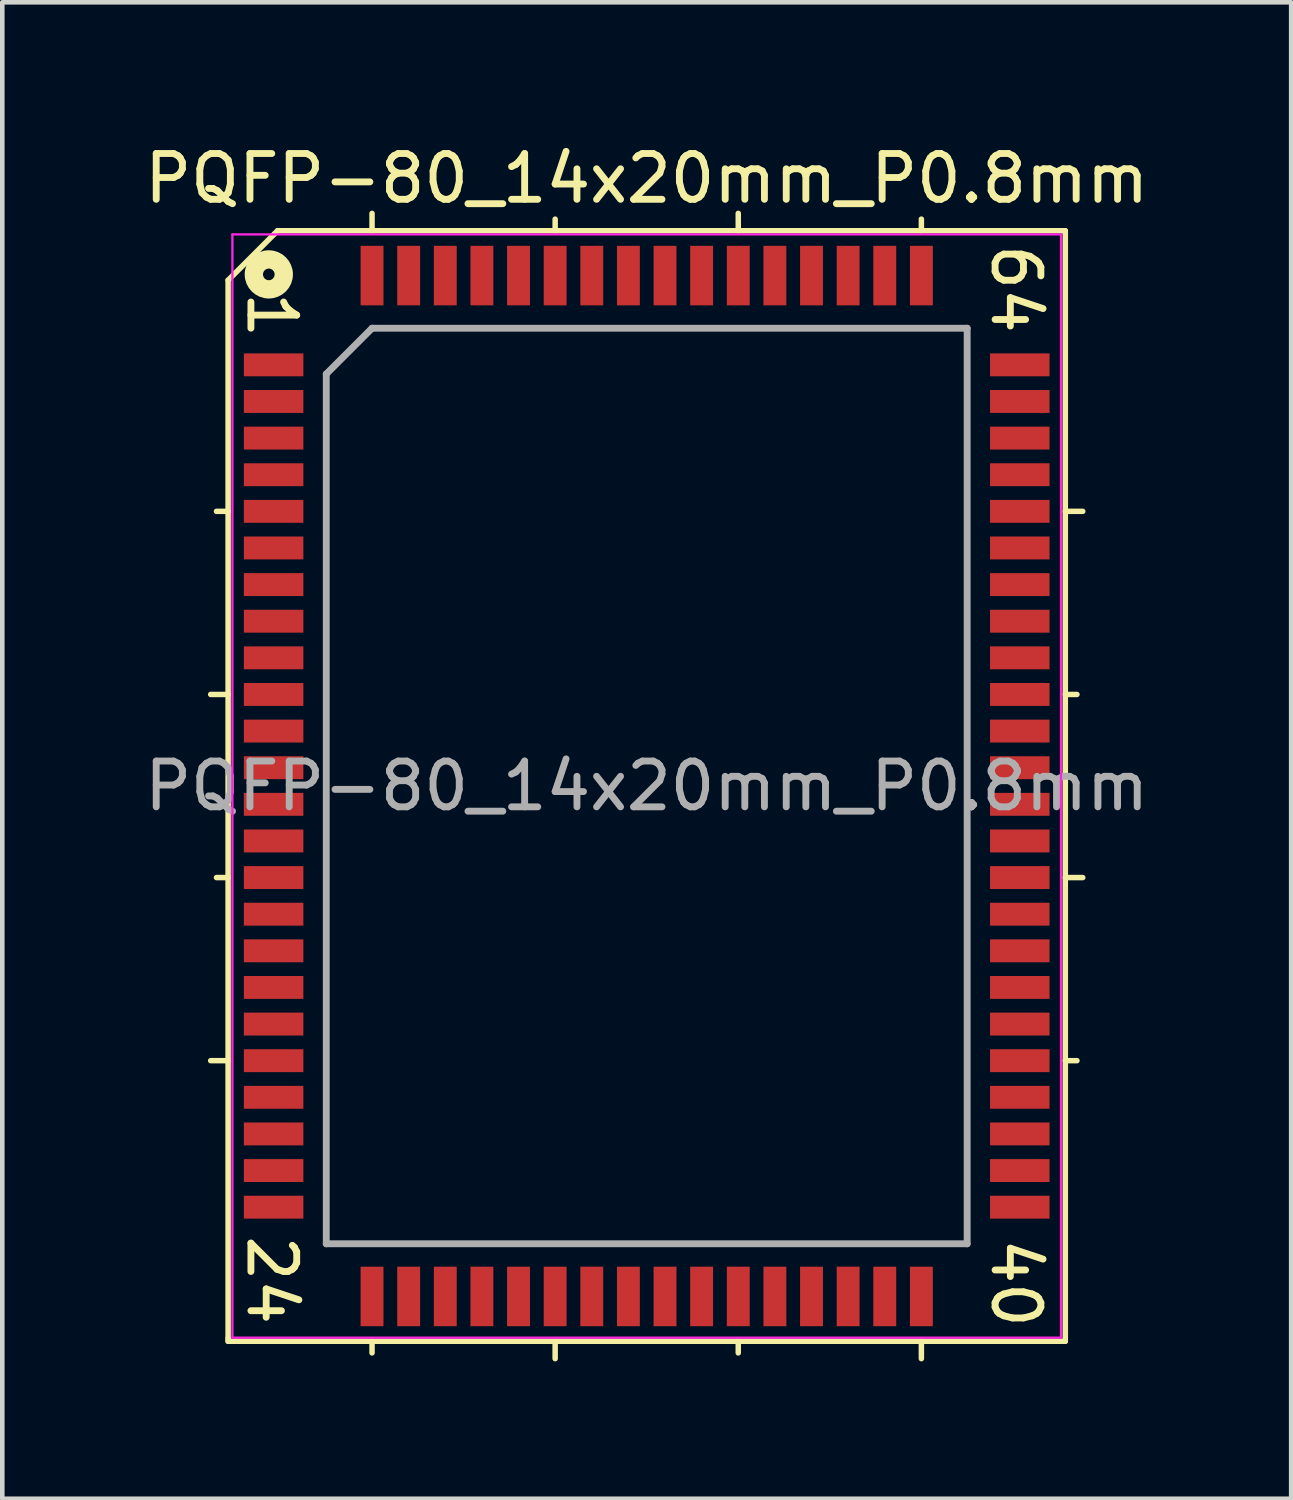
<source format=kicad_pcb>
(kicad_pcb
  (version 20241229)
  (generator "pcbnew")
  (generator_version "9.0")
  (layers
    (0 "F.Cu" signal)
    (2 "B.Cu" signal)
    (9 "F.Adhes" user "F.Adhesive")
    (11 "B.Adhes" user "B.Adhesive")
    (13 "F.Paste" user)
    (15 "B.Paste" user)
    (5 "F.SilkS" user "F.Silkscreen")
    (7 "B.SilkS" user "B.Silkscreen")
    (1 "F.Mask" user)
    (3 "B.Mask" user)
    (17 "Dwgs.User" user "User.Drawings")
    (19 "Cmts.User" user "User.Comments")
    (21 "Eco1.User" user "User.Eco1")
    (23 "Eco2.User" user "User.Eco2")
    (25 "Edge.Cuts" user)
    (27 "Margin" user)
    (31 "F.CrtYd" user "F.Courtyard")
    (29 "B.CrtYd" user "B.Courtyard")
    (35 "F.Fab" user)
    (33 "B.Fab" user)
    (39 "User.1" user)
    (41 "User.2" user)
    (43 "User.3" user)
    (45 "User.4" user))
  (footprint "PQFP-80_14x20mm_P0.8mm"
    (layer "F.Cu")
    (at 11.077 14.12)
    (property "Reference" "PQFP-80_14x20mm_P0.8mm" (at 0 -13.271 0) (layer "F.SilkS") (effects (font (size 1 1) (thickness 0.15))))
    (attr smd)
    (fp_line (start -9.144 -11.049) (end -9.144 12.065) (stroke (width 0.12) (type solid)) (layer "F.SilkS"))
    (fp_line (start -9.144 -6) (end -9.398 -6) (stroke (width 0.12) (type solid)) (layer "F.SilkS"))
    (fp_line (start -9.144 -2) (end -9.525 -2) (stroke (width 0.12) (type solid)) (layer "F.SilkS"))
    (fp_line (start -9.144 2) (end -9.398 2) (stroke (width 0.12) (type solid)) (layer "F.SilkS"))
    (fp_line (start -9.144 6) (end -9.525 6) (stroke (width 0.12) (type solid)) (layer "F.SilkS"))
    (fp_line (start -9.144 12.065) (end -9.144 12.129) (stroke (width 0.12) (type solid)) (layer "F.SilkS"))
    (fp_line (start -9.144 12.129) (end 9.144 12.129) (stroke (width 0.12) (type solid)) (layer "F.SilkS"))
    (fp_line (start -8.128 -12.065) (end -9.144 -11.049) (stroke (width 0.12) (type solid)) (layer "F.SilkS"))
    (fp_line (start -8.065 -12.129) (end -8.128 -12.065) (stroke (width 0.12) (type solid)) (layer "F.SilkS"))
    (fp_line (start -6 -12.129) (end -6 -12.509) (stroke (width 0.12) (type solid)) (layer "F.SilkS"))
    (fp_line (start -6 12.129) (end -6 12.383) (stroke (width 0.12) (type solid)) (layer "F.SilkS"))
    (fp_line (start -2 -12.129) (end -2 -12.383) (stroke (width 0.12) (type solid)) (layer "F.SilkS"))
    (fp_line (start -2 12.129) (end -2 12.509) (stroke (width 0.12) (type solid)) (layer "F.SilkS"))
    (fp_line (start 2 -12.129) (end 2 -12.509) (stroke (width 0.12) (type solid)) (layer "F.SilkS"))
    (fp_line (start 2 12.129) (end 2 12.383) (stroke (width 0.12) (type solid)) (layer "F.SilkS"))
    (fp_line (start 6 -12.129) (end 6 -12.383) (stroke (width 0.12) (type solid)) (layer "F.SilkS"))
    (fp_line (start 6 12.129) (end 6 12.509) (stroke (width 0.12) (type solid)) (layer "F.SilkS"))
    (fp_line (start 9.144 -12.129) (end -8.065 -12.129) (stroke (width 0.12) (type solid)) (layer "F.SilkS"))
    (fp_line (start 9.144 -6) (end 9.525 -6) (stroke (width 0.12) (type solid)) (layer "F.SilkS"))
    (fp_line (start 9.144 -2) (end 9.398 -2) (stroke (width 0.12) (type solid)) (layer "F.SilkS"))
    (fp_line (start 9.144 2) (end 9.525 2) (stroke (width 0.12) (type solid)) (layer "F.SilkS"))
    (fp_line (start 9.144 6) (end 9.398 6) (stroke (width 0.12) (type solid)) (layer "F.SilkS"))
    (fp_line (start 9.144 12.129) (end 9.144 -12.129) (stroke (width 0.12) (type solid)) (layer "F.SilkS"))
    (fp_circle (center -8.255 -11.176) (end -8.128 -11.176) (stroke (width 0.4) (type solid)) (fill no) (layer "F.SilkS"))
    (fp_line (start -9.05 -12.05) (end -9.05 12.05) (stroke (width 0.05) (type solid)) (layer "F.CrtYd"))
    (fp_line (start -9.05 -12.05) (end 9.05 -12.05) (stroke (width 0.05) (type solid)) (layer "F.CrtYd"))
    (fp_line (start -9.05 12.05) (end 9.05 12.05) (stroke (width 0.05) (type solid)) (layer "F.CrtYd"))
    (fp_line (start 9.05 -12.05) (end 9.05 12.05) (stroke (width 0.05) (type solid)) (layer "F.CrtYd"))
    (fp_line (start -7 -9) (end -6 -10) (stroke (width 0.15) (type solid)) (layer "F.Fab"))
    (fp_line (start -7 10) (end -7 -9) (stroke (width 0.15) (type solid)) (layer "F.Fab"))
    (fp_line (start -6 -10) (end 7 -10) (stroke (width 0.15) (type solid)) (layer "F.Fab"))
    (fp_line (start 7 -10) (end 7 10) (stroke (width 0.15) (type solid)) (layer "F.Fab"))
    (fp_line (start 7 10) (end -7 10) (stroke (width 0.15) (type solid)) (layer "F.Fab"))
    (fp_text user "64" (at 8.065 -10.858 270) (unlocked yes) (layer "F.SilkS") (effects (font (size 1 1) (thickness 0.15))))
    (fp_text user "40" (at 8.065 10.858 270) (unlocked yes) (layer "F.SilkS") (effects (font (size 1 1) (thickness 0.15))))
    (fp_text user "1" (at -8.191 -10.287 270) (unlocked yes) (layer "F.SilkS") (effects (font (size 1 1) (thickness 0.15))))
    (fp_text user "24" (at -8.191 10.795 270) (unlocked yes) (layer "F.SilkS") (effects (font (size 1 1) (thickness 0.15))))
    (fp_text user "${REFERENCE}" (at 0 0 0) (layer "F.Fab") (effects (font (size 1 1) (thickness 0.15))))
    (pad "1" smd rect (at -8.15 -9.2) (size 1.3 0.5) (layers "F.Cu" "F.Mask" "F.Paste"))
    (pad "2" smd rect (at -8.15 -8.4) (size 1.3 0.5) (layers "F.Cu" "F.Mask" "F.Paste"))
    (pad "3" smd rect (at -8.15 -7.6) (size 1.3 0.5) (layers "F.Cu" "F.Mask" "F.Paste"))
    (pad "4" smd rect (at -8.15 -6.8) (size 1.3 0.5) (layers "F.Cu" "F.Mask" "F.Paste"))
    (pad "5" smd rect (at -8.15 -6) (size 1.3 0.5) (layers "F.Cu" "F.Mask" "F.Paste"))
    (pad "6" smd rect (at -8.15 -5.2) (size 1.3 0.5) (layers "F.Cu" "F.Mask" "F.Paste"))
    (pad "7" smd rect (at -8.15 -4.4) (size 1.3 0.5) (layers "F.Cu" "F.Mask" "F.Paste"))
    (pad "8" smd rect (at -8.15 -3.6) (size 1.3 0.5) (layers "F.Cu" "F.Mask" "F.Paste"))
    (pad "9" smd rect (at -8.15 -2.8) (size 1.3 0.5) (layers "F.Cu" "F.Mask" "F.Paste"))
    (pad "10" smd rect (at -8.15 -2) (size 1.3 0.5) (layers "F.Cu" "F.Mask" "F.Paste"))
    (pad "11" smd rect (at -8.15 -1.2) (size 1.3 0.5) (layers "F.Cu" "F.Mask" "F.Paste"))
    (pad "12" smd rect (at -8.15 -0.4) (size 1.3 0.5) (layers "F.Cu" "F.Mask" "F.Paste"))
    (pad "13" smd rect (at -8.15 0.4) (size 1.3 0.5) (layers "F.Cu" "F.Mask" "F.Paste"))
    (pad "14" smd rect (at -8.15 1.2) (size 1.3 0.5) (layers "F.Cu" "F.Mask" "F.Paste"))
    (pad "15" smd rect (at -8.15 2) (size 1.3 0.5) (layers "F.Cu" "F.Mask" "F.Paste"))
    (pad "16" smd rect (at -8.15 2.8) (size 1.3 0.5) (layers "F.Cu" "F.Mask" "F.Paste"))
    (pad "17" smd rect (at -8.15 3.6) (size 1.3 0.5) (layers "F.Cu" "F.Mask" "F.Paste"))
    (pad "18" smd rect (at -8.15 4.4) (size 1.3 0.5) (layers "F.Cu" "F.Mask" "F.Paste"))
    (pad "19" smd rect (at -8.15 5.2) (size 1.3 0.5) (layers "F.Cu" "F.Mask" "F.Paste"))
    (pad "20" smd rect (at -8.15 6) (size 1.3 0.5) (layers "F.Cu" "F.Mask" "F.Paste"))
    (pad "21" smd rect (at -8.15 6.8) (size 1.3 0.5) (layers "F.Cu" "F.Mask" "F.Paste"))
    (pad "22" smd rect (at -8.15 7.6) (size 1.3 0.5) (layers "F.Cu" "F.Mask" "F.Paste"))
    (pad "23" smd rect (at -8.15 8.4) (size 1.3 0.5) (layers "F.Cu" "F.Mask" "F.Paste"))
    (pad "24" smd rect (at -8.15 9.2) (size 1.3 0.5) (layers "F.Cu" "F.Mask" "F.Paste"))
    (pad "25" smd rect (at -6 11.15 90) (size 1.3 0.5) (layers "F.Cu" "F.Mask" "F.Paste"))
    (pad "26" smd rect (at -5.2 11.15 90) (size 1.3 0.5) (layers "F.Cu" "F.Mask" "F.Paste"))
    (pad "27" smd rect (at -4.4 11.15 90) (size 1.3 0.5) (layers "F.Cu" "F.Mask" "F.Paste"))
    (pad "28" smd rect (at -3.6 11.15 90) (size 1.3 0.5) (layers "F.Cu" "F.Mask" "F.Paste"))
    (pad "29" smd rect (at -2.8 11.15 90) (size 1.3 0.5) (layers "F.Cu" "F.Mask" "F.Paste"))
    (pad "30" smd rect (at -2 11.15 90) (size 1.3 0.5) (layers "F.Cu" "F.Mask" "F.Paste"))
    (pad "31" smd rect (at -1.2 11.15 90) (size 1.3 0.5) (layers "F.Cu" "F.Mask" "F.Paste"))
    (pad "32" smd rect (at -0.4 11.15 90) (size 1.3 0.5) (layers "F.Cu" "F.Mask" "F.Paste"))
    (pad "33" smd rect (at 0.4 11.15 90) (size 1.3 0.5) (layers "F.Cu" "F.Mask" "F.Paste"))
    (pad "34" smd rect (at 1.2 11.15 90) (size 1.3 0.5) (layers "F.Cu" "F.Mask" "F.Paste"))
    (pad "35" smd rect (at 2 11.15 90) (size 1.3 0.5) (layers "F.Cu" "F.Mask" "F.Paste"))
    (pad "36" smd rect (at 2.8 11.15 90) (size 1.3 0.5) (layers "F.Cu" "F.Mask" "F.Paste"))
    (pad "37" smd rect (at 3.6 11.15 90) (size 1.3 0.5) (layers "F.Cu" "F.Mask" "F.Paste"))
    (pad "38" smd rect (at 4.4 11.15 90) (size 1.3 0.5) (layers "F.Cu" "F.Mask" "F.Paste"))
    (pad "39" smd rect (at 5.2 11.15 90) (size 1.3 0.5) (layers "F.Cu" "F.Mask" "F.Paste"))
    (pad "40" smd rect (at 6 11.15 90) (size 1.3 0.5) (layers "F.Cu" "F.Mask" "F.Paste"))
    (pad "41" smd rect (at 8.15 9.2) (size 1.3 0.5) (layers "F.Cu" "F.Mask" "F.Paste"))
    (pad "42" smd rect (at 8.15 8.4) (size 1.3 0.5) (layers "F.Cu" "F.Mask" "F.Paste"))
    (pad "43" smd rect (at 8.15 7.6) (size 1.3 0.5) (layers "F.Cu" "F.Mask" "F.Paste"))
    (pad "44" smd rect (at 8.15 6.8) (size 1.3 0.5) (layers "F.Cu" "F.Mask" "F.Paste"))
    (pad "45" smd rect (at 8.15 6) (size 1.3 0.5) (layers "F.Cu" "F.Mask" "F.Paste"))
    (pad "46" smd rect (at 8.15 5.2) (size 1.3 0.5) (layers "F.Cu" "F.Mask" "F.Paste"))
    (pad "47" smd rect (at 8.15 4.4) (size 1.3 0.5) (layers "F.Cu" "F.Mask" "F.Paste"))
    (pad "48" smd rect (at 8.15 3.6) (size 1.3 0.5) (layers "F.Cu" "F.Mask" "F.Paste"))
    (pad "49" smd rect (at 8.15 2.8) (size 1.3 0.5) (layers "F.Cu" "F.Mask" "F.Paste"))
    (pad "50" smd rect (at 8.15 2) (size 1.3 0.5) (layers "F.Cu" "F.Mask" "F.Paste"))
    (pad "51" smd rect (at 8.15 1.2) (size 1.3 0.5) (layers "F.Cu" "F.Mask" "F.Paste"))
    (pad "52" smd rect (at 8.15 0.4) (size 1.3 0.5) (layers "F.Cu" "F.Mask" "F.Paste"))
    (pad "53" smd rect (at 8.15 -0.4) (size 1.3 0.5) (layers "F.Cu" "F.Mask" "F.Paste"))
    (pad "54" smd rect (at 8.15 -1.2) (size 1.3 0.5) (layers "F.Cu" "F.Mask" "F.Paste"))
    (pad "55" smd rect (at 8.15 -2) (size 1.3 0.5) (layers "F.Cu" "F.Mask" "F.Paste"))
    (pad "56" smd rect (at 8.15 -2.8) (size 1.3 0.5) (layers "F.Cu" "F.Mask" "F.Paste"))
    (pad "57" smd rect (at 8.15 -3.6) (size 1.3 0.5) (layers "F.Cu" "F.Mask" "F.Paste"))
    (pad "58" smd rect (at 8.15 -4.4) (size 1.3 0.5) (layers "F.Cu" "F.Mask" "F.Paste"))
    (pad "59" smd rect (at 8.15 -5.2) (size 1.3 0.5) (layers "F.Cu" "F.Mask" "F.Paste"))
    (pad "60" smd rect (at 8.15 -6) (size 1.3 0.5) (layers "F.Cu" "F.Mask" "F.Paste"))
    (pad "61" smd rect (at 8.15 -6.8) (size 1.3 0.5) (layers "F.Cu" "F.Mask" "F.Paste"))
    (pad "62" smd rect (at 8.15 -7.6) (size 1.3 0.5) (layers "F.Cu" "F.Mask" "F.Paste"))
    (pad "63" smd rect (at 8.15 -8.4) (size 1.3 0.5) (layers "F.Cu" "F.Mask" "F.Paste"))
    (pad "64" smd rect (at 8.15 -9.2) (size 1.3 0.5) (layers "F.Cu" "F.Mask" "F.Paste"))
    (pad "65" smd rect (at 6 -11.15 90) (size 1.3 0.5) (layers "F.Cu" "F.Mask" "F.Paste"))
    (pad "66" smd rect (at 5.2 -11.15 90) (size 1.3 0.5) (layers "F.Cu" "F.Mask" "F.Paste"))
    (pad "67" smd rect (at 4.4 -11.15 90) (size 1.3 0.5) (layers "F.Cu" "F.Mask" "F.Paste"))
    (pad "68" smd rect (at 3.6 -11.15 90) (size 1.3 0.5) (layers "F.Cu" "F.Mask" "F.Paste"))
    (pad "69" smd rect (at 2.8 -11.15 90) (size 1.3 0.5) (layers "F.Cu" "F.Mask" "F.Paste"))
    (pad "70" smd rect (at 2 -11.15 90) (size 1.3 0.5) (layers "F.Cu" "F.Mask" "F.Paste"))
    (pad "71" smd rect (at 1.2 -11.15 90) (size 1.3 0.5) (layers "F.Cu" "F.Mask" "F.Paste"))
    (pad "72" smd rect (at 0.4 -11.15 90) (size 1.3 0.5) (layers "F.Cu" "F.Mask" "F.Paste"))
    (pad "73" smd rect (at -0.4 -11.15 90) (size 1.3 0.5) (layers "F.Cu" "F.Mask" "F.Paste"))
    (pad "74" smd rect (at -1.2 -11.15 90) (size 1.3 0.5) (layers "F.Cu" "F.Mask" "F.Paste"))
    (pad "75" smd rect (at -2 -11.15 90) (size 1.3 0.5) (layers "F.Cu" "F.Mask" "F.Paste"))
    (pad "76" smd rect (at -2.8 -11.15 90) (size 1.3 0.5) (layers "F.Cu" "F.Mask" "F.Paste"))
    (pad "77" smd rect (at -3.6 -11.15 90) (size 1.3 0.5) (layers "F.Cu" "F.Mask" "F.Paste"))
    (pad "78" smd rect (at -4.4 -11.15 90) (size 1.3 0.5) (layers "F.Cu" "F.Mask" "F.Paste"))
    (pad "79" smd rect (at -5.2 -11.15 90) (size 1.3 0.5) (layers "F.Cu" "F.Mask" "F.Paste"))
    (pad "80" smd rect (at -6 -11.15 90) (size 1.3 0.5) (layers "F.Cu" "F.Mask" "F.Paste")))
  (gr_rect
    (start -3 -3)
    (end 25.155 29.689)
    (stroke (width 0.1) (type default))
    (fill no)
    (layer "Edge.Cuts")))
</source>
